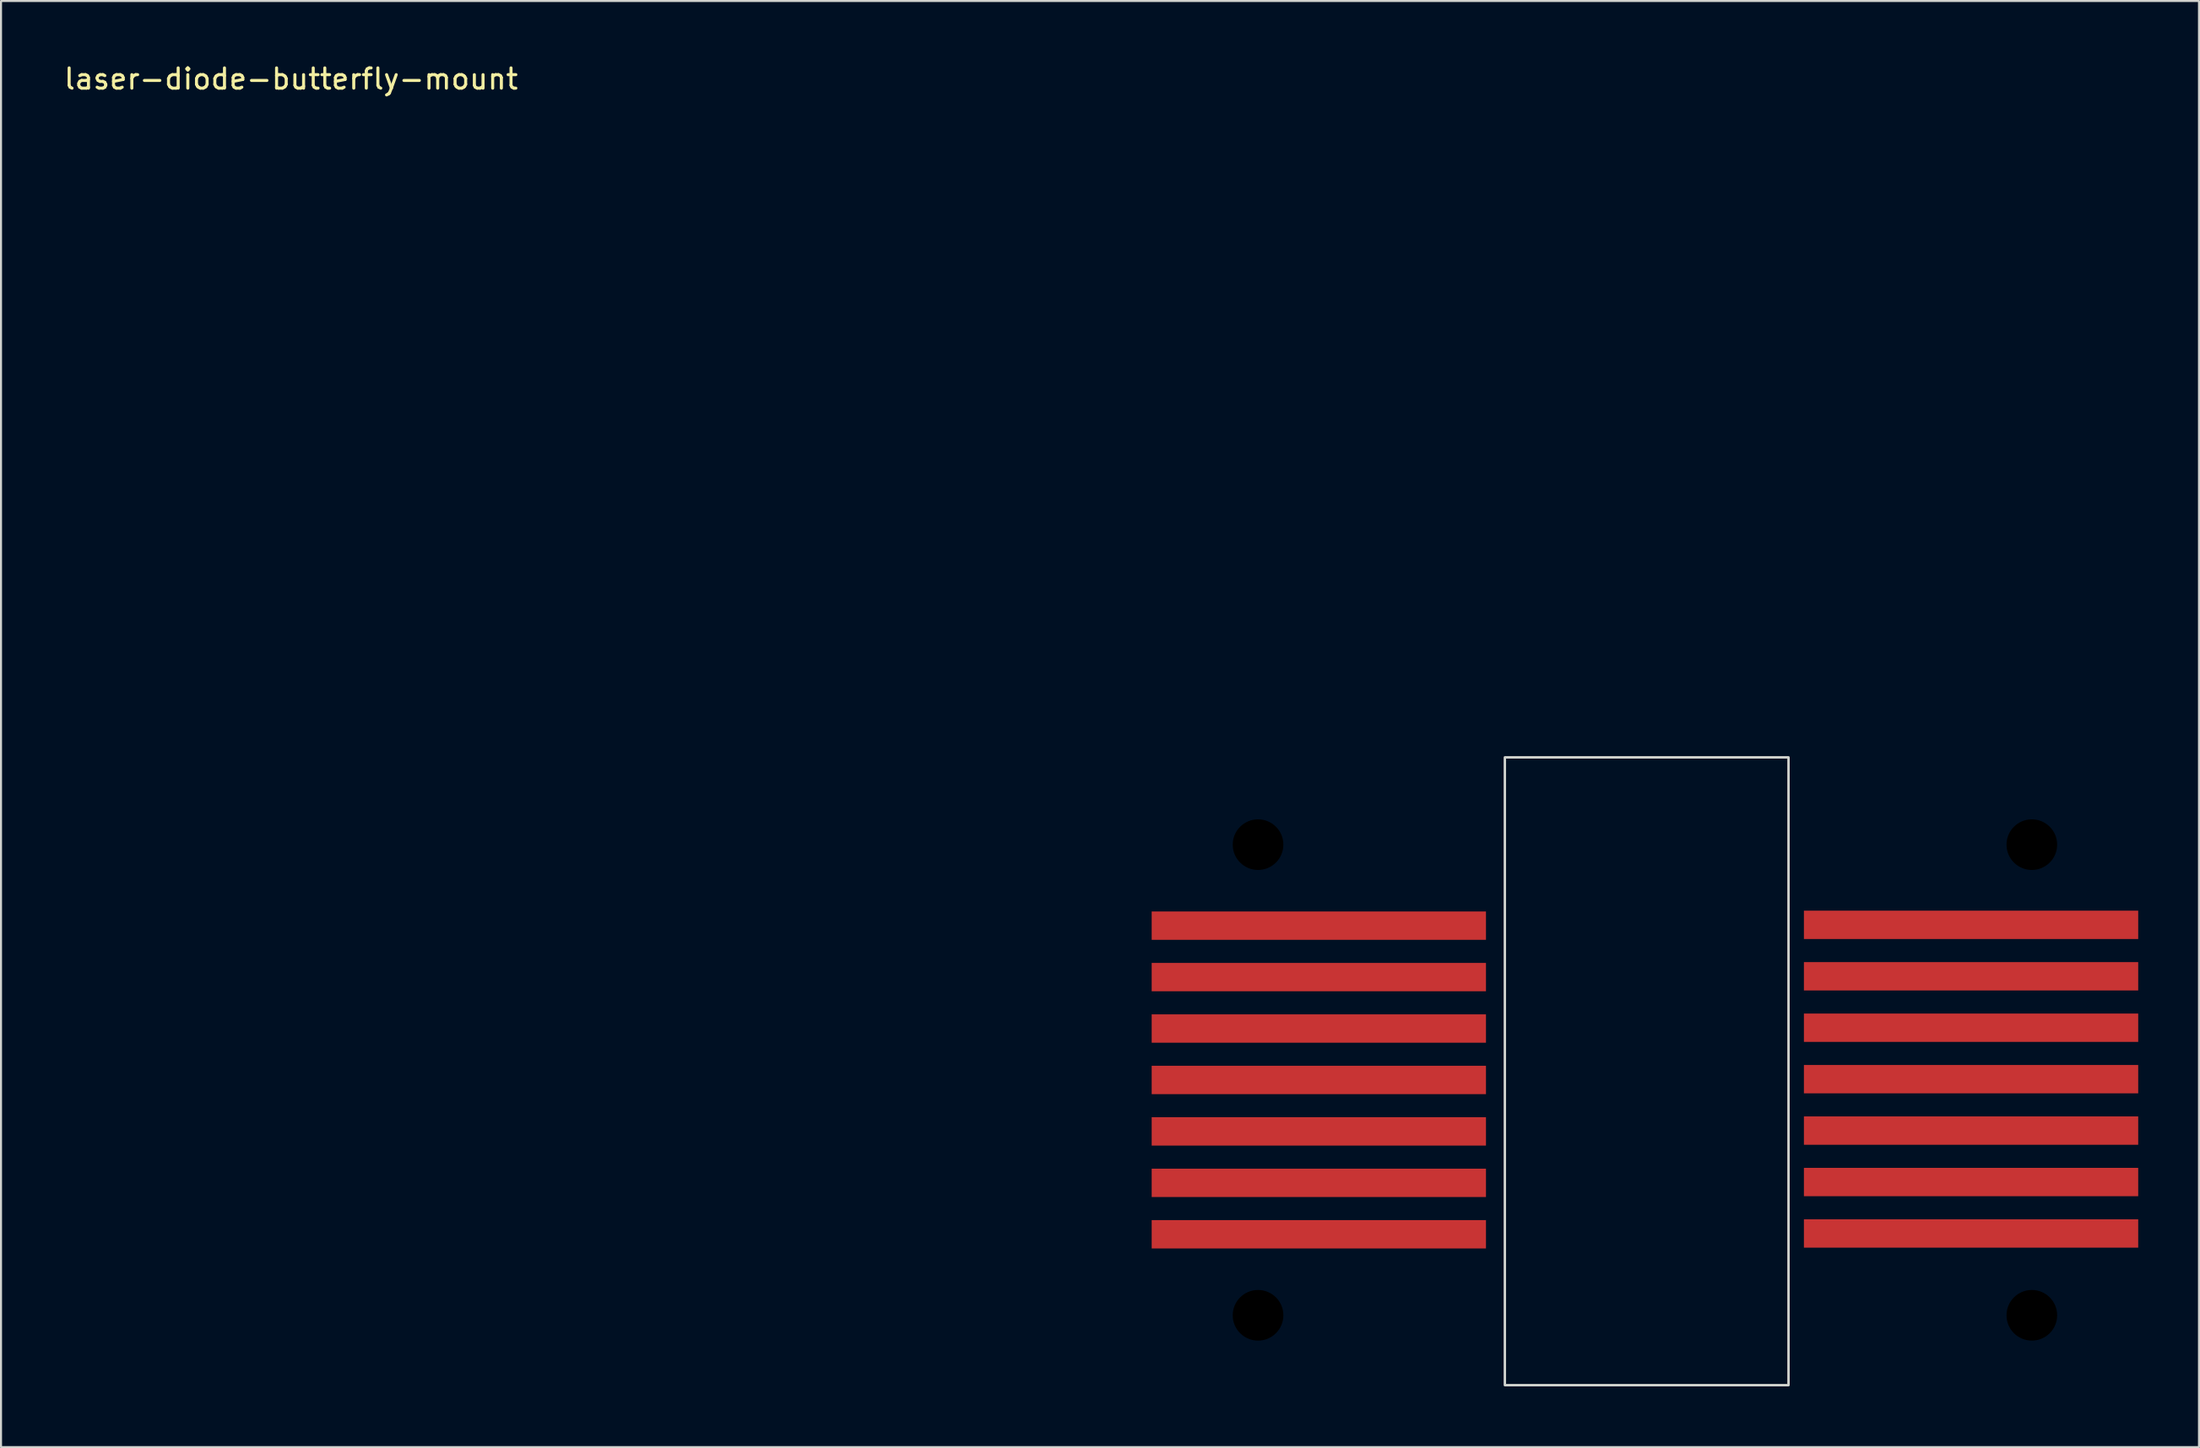
<source format=kicad_pcb>
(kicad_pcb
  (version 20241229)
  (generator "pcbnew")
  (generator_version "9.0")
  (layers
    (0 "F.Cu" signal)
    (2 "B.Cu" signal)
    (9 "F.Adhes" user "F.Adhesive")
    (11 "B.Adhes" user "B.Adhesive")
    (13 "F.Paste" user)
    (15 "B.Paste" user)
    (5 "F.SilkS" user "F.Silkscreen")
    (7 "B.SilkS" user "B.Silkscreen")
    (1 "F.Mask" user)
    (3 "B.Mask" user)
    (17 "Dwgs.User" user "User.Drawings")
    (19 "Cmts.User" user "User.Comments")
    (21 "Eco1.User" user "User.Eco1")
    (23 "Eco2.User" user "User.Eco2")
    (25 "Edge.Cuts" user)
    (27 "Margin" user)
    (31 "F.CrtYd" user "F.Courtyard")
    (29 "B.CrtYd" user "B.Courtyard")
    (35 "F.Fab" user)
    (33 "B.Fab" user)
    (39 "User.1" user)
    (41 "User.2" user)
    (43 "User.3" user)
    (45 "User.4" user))
  (footprint "laser-diode-butterfly-mount"
    (layer "F.Cu")
    (at 11.315 0.348)
    (property "Reference" "laser-diode-butterfly-mount" (at 0 0.5 0) (layer "F.SilkS") (effects (font (size 1 1) (thickness 0.15))))
    (attr through_hole)
    (fp_rect (start 59.91 34) (end 73.91 65) (stroke (width 0.12) (type solid)) (fill no) (layer "Edge.Cuts"))
    (pad "" np_thru_hole circle (at 47.728 38.31) (size 2.5 2.5) (drill 2.5) (layers "*.Mask"))
    (pad "" np_thru_hole circle (at 47.728 61.55) (size 2.5 2.5) (drill 2.5) (layers "*.Mask"))
    (pad "" np_thru_hole circle (at 85.92 38.31) (size 2.5 2.5) (drill 2.5) (layers "*.Mask"))
    (pad "" np_thru_hole circle (at 85.92 61.55) (size 2.5 2.5) (drill 2.5) (layers "*.Mask"))
    (pad "1" smd rect (at 50.728 42.31) (size 16.5 1.4) (layers "F.Cu" "F.Mask" "F.Paste"))
    (pad "2" smd rect (at 50.728 44.85) (size 16.5 1.4) (layers "F.Cu" "F.Mask" "F.Paste"))
    (pad "3" smd rect (at 50.728 47.39) (size 16.5 1.4) (layers "F.Cu" "F.Mask" "F.Paste"))
    (pad "4" smd rect (at 50.728 49.93) (size 16.5 1.4) (layers "F.Cu" "F.Mask" "F.Paste"))
    (pad "5" smd rect (at 50.728 52.47) (size 16.5 1.4) (layers "F.Cu" "F.Mask" "F.Paste"))
    (pad "6" smd rect (at 50.728 55.01) (size 16.5 1.4) (layers "F.Cu" "F.Mask" "F.Paste"))
    (pad "7" smd rect (at 50.728 57.55) (size 16.5 1.4) (layers "F.Cu" "F.Mask" "F.Paste"))
    (pad "8" smd rect (at 82.92 57.51) (size 16.5 1.4) (layers "F.Cu" "F.Mask" "F.Paste"))
    (pad "9" smd rect (at 82.92 54.97) (size 16.5 1.4) (layers "F.Cu" "F.Mask" "F.Paste"))
    (pad "10" smd rect (at 82.92 52.43) (size 16.5 1.4) (layers "F.Cu" "F.Mask" "F.Paste"))
    (pad "11" smd rect (at 82.92 49.89) (size 16.5 1.4) (layers "F.Cu" "F.Mask" "F.Paste"))
    (pad "12" smd rect (at 82.92 47.35) (size 16.5 1.4) (layers "F.Cu" "F.Mask" "F.Paste"))
    (pad "13" smd rect (at 82.92 44.81) (size 16.5 1.4) (layers "F.Cu" "F.Mask" "F.Paste"))
    (pad "14" smd rect (at 82.92 42.27) (size 16.5 1.4) (layers "F.Cu" "F.Mask" "F.Paste")))
  (gr_rect
    (start -3 -3)
    (end 105.485 68.408)
    (stroke (width 0.1) (type default))
    (fill no)
    (layer "Edge.Cuts")))
</source>
